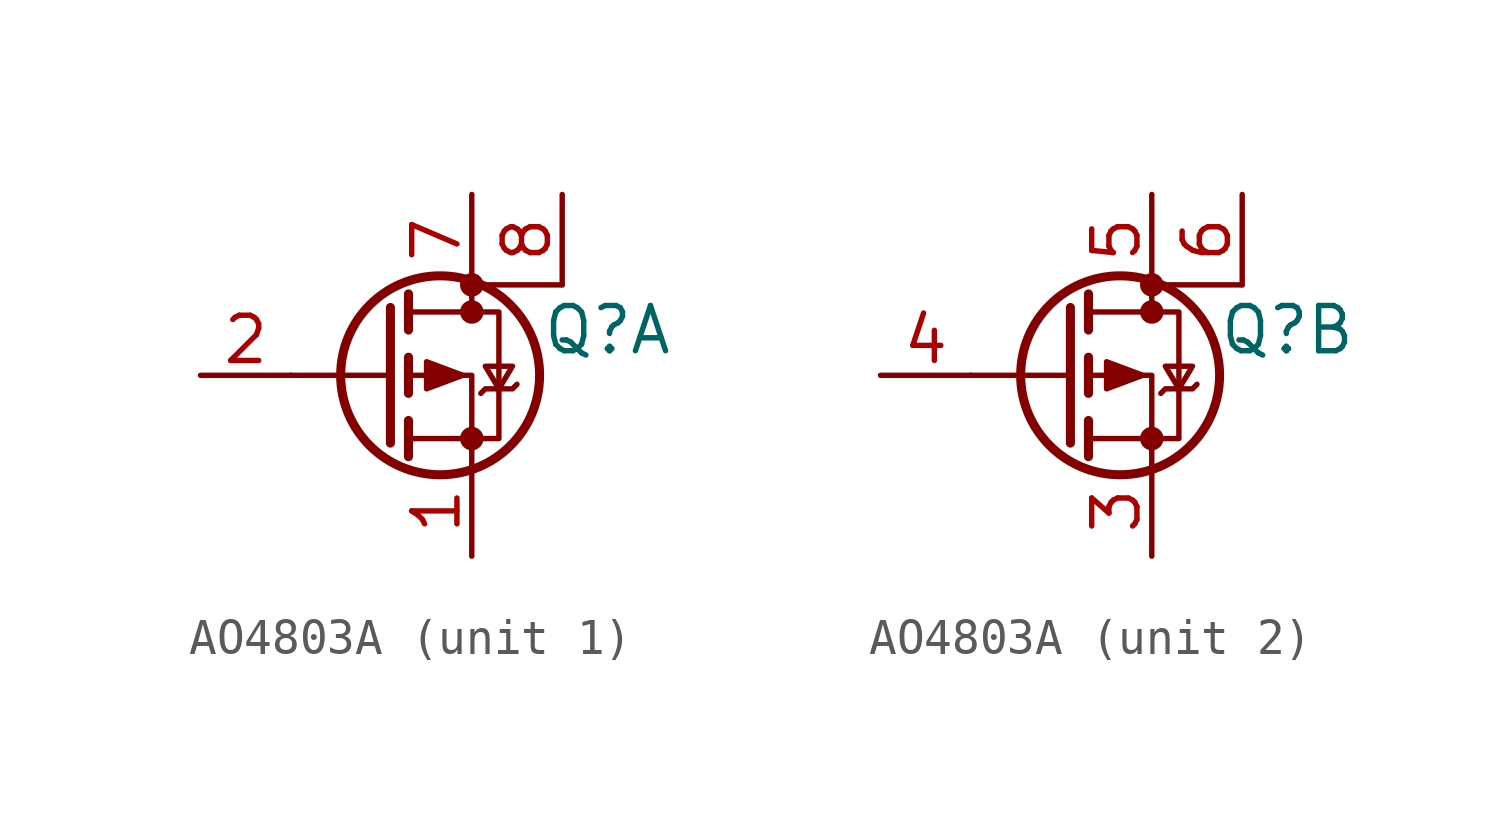
<source format=kicad_sym>
(kicad_symbol_lib
  (version 20211014)
  (generator kicad_symbol_editor)
  (symbol "AO4803A"
    (pin_names
      (offset 0) hide)
    (property "Reference" "Q"
      (at 6.35 1.27 0)
      (effects (font (size 1.27 1.27))))
    (symbol "AO4803A_0_1"
      (polyline (pts (xy 0.254 0) (xy -2.54 0)) (stroke (width 0) (type default) (color 0 0 0 0)) (fill (type none)))
      (polyline (pts (xy 0.254 1.905) (xy 0.254 -1.905)) (stroke (width 0.254) (type default) (color 0 0 0 0)) (fill (type none)))
      (polyline (pts (xy 0.762 -1.27) (xy 0.762 -2.286)) (stroke (width 0.254) (type default) (color 0 0 0 0)) (fill (type none)))
      (polyline (pts (xy 0.762 0.508) (xy 0.762 -0.508)) (stroke (width 0.254) (type default) (color 0 0 0 0)) (fill (type none)))
      (polyline (pts (xy 0.762 2.286) (xy 0.762 1.27)) (stroke (width 0.254) (type default) (color 0 0 0 0)) (fill (type none)))
      (polyline (pts (xy 2.54 2.54) (xy 2.54 1.778)) (stroke (width 0) (type default) (color 0 0 0 0)) (fill (type none)))
      (polyline (pts (xy 2.54 -2.54) (xy 2.54 0) (xy 0.762 0)) (stroke (width 0) (type default) (color 0 0 0 0)) (fill (type none)))
      (polyline (pts (xy 0.762 1.778) (xy 3.302 1.778) (xy 3.302 -1.778) (xy 0.762 -1.778)) (stroke (width 0) (type default) (color 0 0 0 0)) (fill (type none)))
      (polyline (pts (xy 2.286 0) (xy 1.27 0.381) (xy 1.27 -0.381) (xy 2.286 0)) (stroke (width 0) (type default) (color 0 0 0 0)) (fill (type outline)))
      (polyline (pts (xy 2.794 -0.508) (xy 2.921 -0.381) (xy 3.683 -0.381) (xy 3.81 -0.254)) (stroke (width 0) (type default) (color 0 0 0 0)) (fill (type none)))
      (polyline (pts (xy 3.302 -0.381) (xy 2.921 0.254) (xy 3.683 0.254) (xy 3.302 -0.381)) (stroke (width 0) (type default) (color 0 0 0 0)) (fill (type none)))
      (circle (center 1.651 0) (radius 2.794) (stroke (width 0.254) (type default) (color 0 0 0 0)) (fill (type none)))
      (circle (center 2.54 -1.778) (radius 0.254) (stroke (width 0) (type default) (color 0 0 0 0)) (fill (type outline)))
      (circle (center 2.54 1.778) (radius 0.254) (stroke (width 0) (type default) (color 0 0 0 0)) (fill (type outline)))
      (circle (center 2.54 2.54) (radius 0.254) (stroke (width 0) (type default) (color 0 0 0 0)) (fill (type outline)))
      (rectangle (start 5.08 2.54) (end 2.54 2.54) (stroke (width 0) (type default) (color 0 0 0 0)) (fill (type none))))
    (symbol "AO4803A_1_1"
      (pin passive line (at 2.54 -5.08 90) (length 2.54) (name "S" (effects (font (size 1.27 1.27)))) (number "1" (effects (font (size 1.27 1.27)))))
      (pin input line (at -5.08 0 0) (length 2.54) (name "G" (effects (font (size 1.27 1.27)))) (number "2" (effects (font (size 1.27 1.27)))))
      (pin passive line (at 2.54 5.08 270) (length 2.54) (name "D" (effects (font (size 1.27 1.27)))) (number "7" (effects (font (size 1.27 1.27)))))
      (pin passive line (at 5.08 5.08 270) (length 2.54) (name "G" (effects (font (size 1.27 1.27)))) (number "8" (effects (font (size 1.27 1.27))))))
    (symbol "AO4803A_2_1"
      (pin passive line (at 2.54 -5.08 90) (length 2.54) (name "S" (effects (font (size 1.27 1.27)))) (number "3" (effects (font (size 1.27 1.27)))))
      (pin input line (at -5.08 0 0) (length 2.54) (name "G" (effects (font (size 1.27 1.27)))) (number "4" (effects (font (size 1.27 1.27)))))
      (pin passive line (at 2.54 5.08 270) (length 2.54) (name "D" (effects (font (size 1.27 1.27)))) (number "5" (effects (font (size 1.27 1.27)))))
      (pin passive line (at 5.08 5.08 270) (length 2.54) (name "G" (effects (font (size 1.27 1.27)))) (number "6" (effects (font (size 1.27 1.27))))))))
</source>
